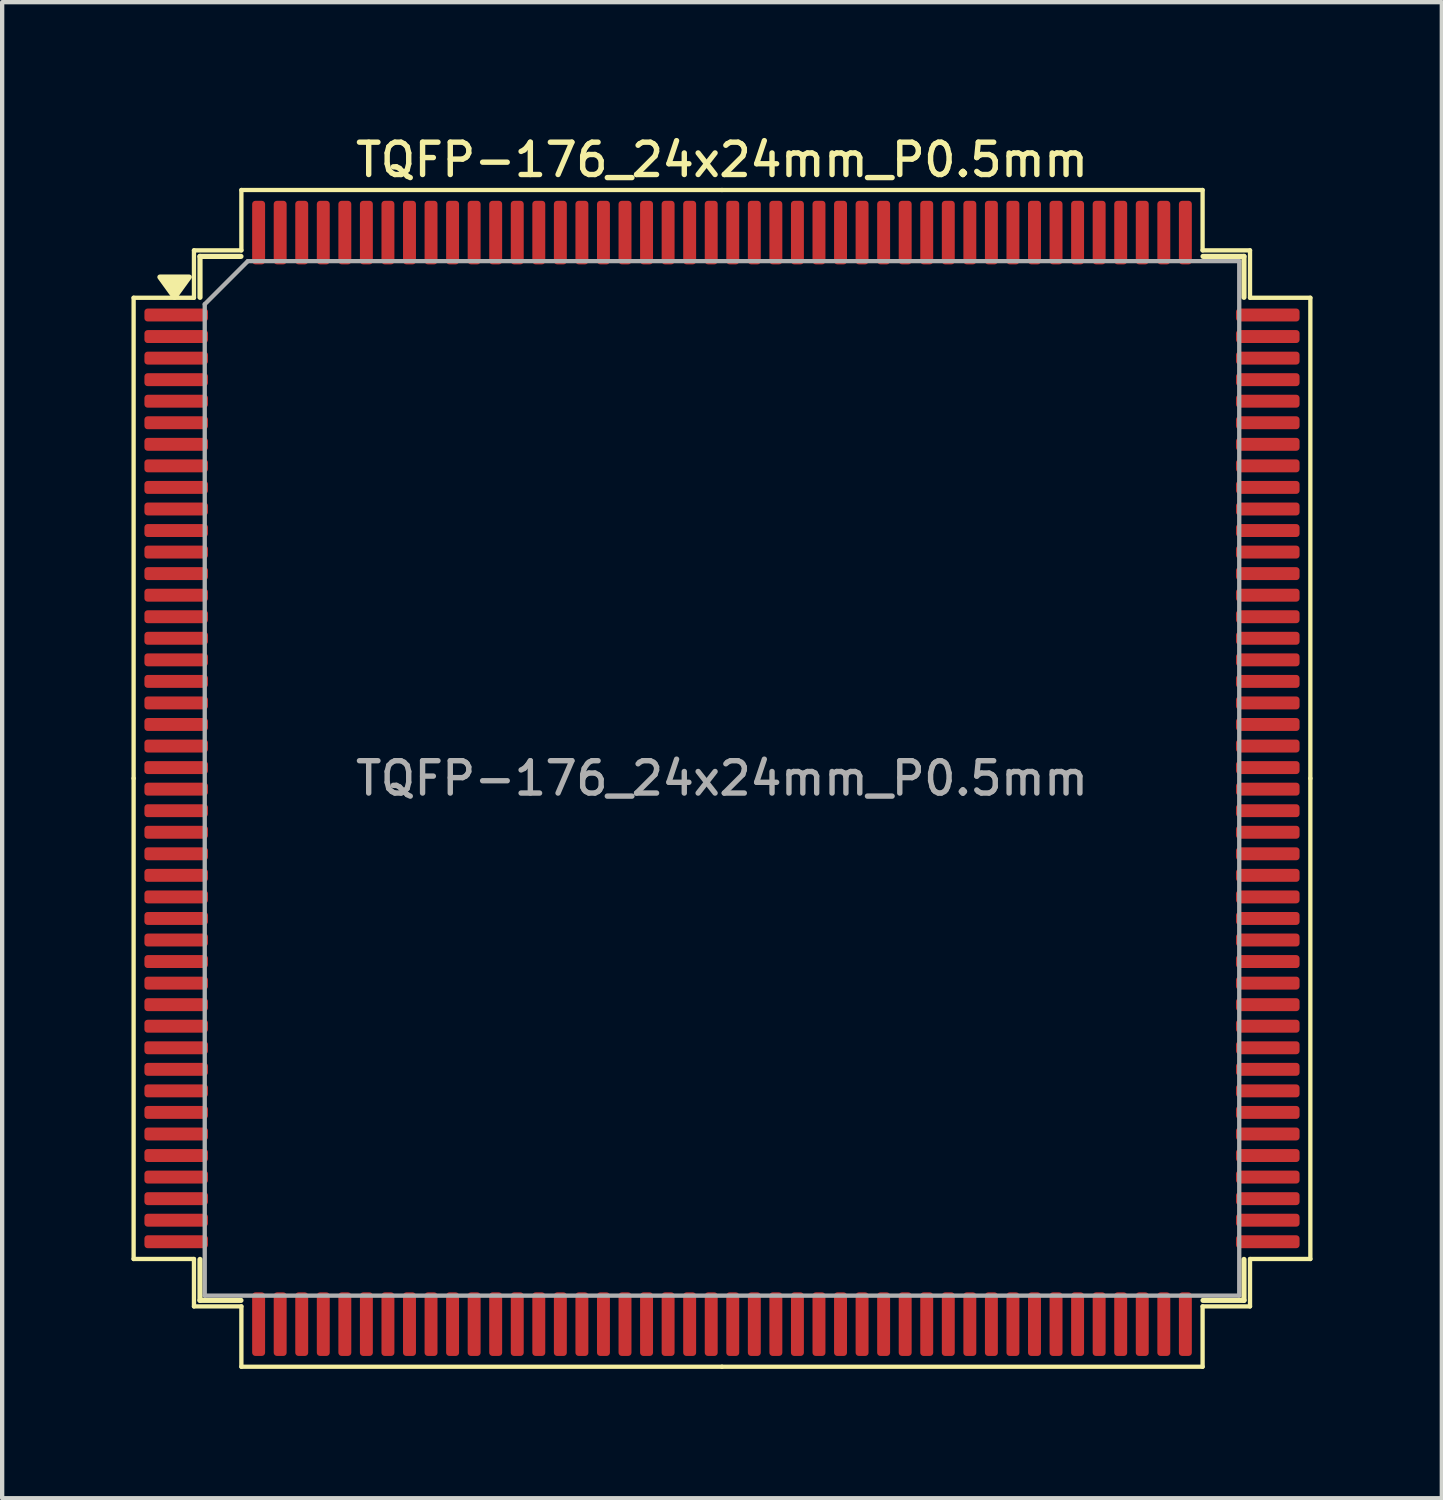
<source format=kicad_pcb>
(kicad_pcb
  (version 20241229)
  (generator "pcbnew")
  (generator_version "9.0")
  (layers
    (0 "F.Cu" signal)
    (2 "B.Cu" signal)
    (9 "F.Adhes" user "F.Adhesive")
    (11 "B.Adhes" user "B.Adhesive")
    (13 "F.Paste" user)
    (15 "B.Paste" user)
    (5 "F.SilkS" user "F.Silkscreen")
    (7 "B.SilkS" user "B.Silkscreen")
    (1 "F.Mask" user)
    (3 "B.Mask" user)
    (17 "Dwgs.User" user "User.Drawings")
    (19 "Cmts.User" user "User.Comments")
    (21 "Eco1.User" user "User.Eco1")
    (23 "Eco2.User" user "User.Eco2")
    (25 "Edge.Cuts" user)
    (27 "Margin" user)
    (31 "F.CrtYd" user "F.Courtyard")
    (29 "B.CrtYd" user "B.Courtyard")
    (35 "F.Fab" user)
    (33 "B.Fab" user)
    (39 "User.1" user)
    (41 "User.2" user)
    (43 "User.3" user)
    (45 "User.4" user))
  (footprint "TQFP-176_24x24mm_P0.5mm"
    (layer "F.Cu")
    (at 13.7 15.008)
    (property "Reference" "TQFP-176_24x24mm_P0.5mm" (at 0 -14.35 0) (layer "F.SilkS") (effects (font (size 0.75 0.75) (thickness 0.125))))
    (attr smd)
    (fp_line (start -13.65 -11.15) (end -13.65 0) (stroke (width 0.1) (type solid)) (layer "F.SilkS"))
    (fp_line (start -13.65 11.15) (end -13.65 0) (stroke (width 0.1) (type solid)) (layer "F.SilkS"))
    (fp_line (start -12.25 -12.25) (end -12.25 -11.15) (stroke (width 0.1) (type solid)) (layer "F.SilkS"))
    (fp_line (start -12.25 -11.15) (end -13.65 -11.15) (stroke (width 0.1) (type solid)) (layer "F.SilkS"))
    (fp_line (start -12.25 11.15) (end -13.65 11.15) (stroke (width 0.1) (type solid)) (layer "F.SilkS"))
    (fp_line (start -12.25 12.25) (end -12.25 11.15) (stroke (width 0.1) (type solid)) (layer "F.SilkS"))
    (fp_line (start -12.11 -12.11) (end -12.11 -11.16) (stroke (width 0.12) (type solid)) (layer "F.SilkS"))
    (fp_line (start -12.11 12.11) (end -12.11 11.16) (stroke (width 0.12) (type solid)) (layer "F.SilkS"))
    (fp_line (start -11.16 -12.11) (end -12.11 -12.11) (stroke (width 0.12) (type solid)) (layer "F.SilkS"))
    (fp_line (start -11.16 12.11) (end -12.11 12.11) (stroke (width 0.12) (type solid)) (layer "F.SilkS"))
    (fp_line (start -11.15 -13.65) (end -11.15 -12.25) (stroke (width 0.1) (type solid)) (layer "F.SilkS"))
    (fp_line (start -11.15 -12.25) (end -12.25 -12.25) (stroke (width 0.1) (type solid)) (layer "F.SilkS"))
    (fp_line (start -11.15 12.25) (end -12.25 12.25) (stroke (width 0.1) (type solid)) (layer "F.SilkS"))
    (fp_line (start -11.15 13.65) (end -11.15 12.25) (stroke (width 0.1) (type solid)) (layer "F.SilkS"))
    (fp_line (start 0 -13.65) (end -11.15 -13.65) (stroke (width 0.1) (type solid)) (layer "F.SilkS"))
    (fp_line (start 0 -13.65) (end 11.15 -13.65) (stroke (width 0.1) (type solid)) (layer "F.SilkS"))
    (fp_line (start 0 13.65) (end -11.15 13.65) (stroke (width 0.1) (type solid)) (layer "F.SilkS"))
    (fp_line (start 0 13.65) (end 11.15 13.65) (stroke (width 0.1) (type solid)) (layer "F.SilkS"))
    (fp_line (start 11.15 -13.65) (end 11.15 -12.25) (stroke (width 0.1) (type solid)) (layer "F.SilkS"))
    (fp_line (start 11.15 -12.25) (end 12.25 -12.25) (stroke (width 0.1) (type solid)) (layer "F.SilkS"))
    (fp_line (start 11.15 12.25) (end 12.25 12.25) (stroke (width 0.1) (type solid)) (layer "F.SilkS"))
    (fp_line (start 11.15 13.65) (end 11.15 12.25) (stroke (width 0.1) (type solid)) (layer "F.SilkS"))
    (fp_line (start 11.16 -12.11) (end 12.11 -12.11) (stroke (width 0.12) (type solid)) (layer "F.SilkS"))
    (fp_line (start 11.16 12.11) (end 12.11 12.11) (stroke (width 0.12) (type solid)) (layer "F.SilkS"))
    (fp_line (start 12.11 -12.11) (end 12.11 -11.16) (stroke (width 0.12) (type solid)) (layer "F.SilkS"))
    (fp_line (start 12.11 12.11) (end 12.11 11.16) (stroke (width 0.12) (type solid)) (layer "F.SilkS"))
    (fp_line (start 12.25 -12.25) (end 12.25 -11.15) (stroke (width 0.1) (type solid)) (layer "F.SilkS"))
    (fp_line (start 12.25 -11.15) (end 13.65 -11.15) (stroke (width 0.1) (type solid)) (layer "F.SilkS"))
    (fp_line (start 12.25 11.15) (end 13.65 11.15) (stroke (width 0.1) (type solid)) (layer "F.SilkS"))
    (fp_line (start 12.25 12.25) (end 12.25 11.15) (stroke (width 0.1) (type solid)) (layer "F.SilkS"))
    (fp_line (start 13.65 -11.15) (end 13.65 0) (stroke (width 0.1) (type solid)) (layer "F.SilkS"))
    (fp_line (start 13.65 11.15) (end 13.65 0) (stroke (width 0.1) (type solid)) (layer "F.SilkS"))
    (fp_poly (pts (xy -12.7 -11.16) (xy -13.04 -11.63) (xy -12.36 -11.63) (xy -12.7 -11.16)) (stroke (width 0.12) (type solid)) (fill yes) (layer "F.SilkS"))
    (fp_line (start -12 -11) (end -11 -12) (stroke (width 0.1) (type solid)) (layer "F.Fab"))
    (fp_line (start -12 12) (end -12 -11) (stroke (width 0.1) (type solid)) (layer "F.Fab"))
    (fp_line (start -11 -12) (end 12 -12) (stroke (width 0.1) (type solid)) (layer "F.Fab"))
    (fp_line (start 12 -12) (end 12 12) (stroke (width 0.1) (type solid)) (layer "F.Fab"))
    (fp_line (start 12 12) (end -12 12) (stroke (width 0.1) (type solid)) (layer "F.Fab"))
    (fp_text user "${REFERENCE}" (at 0 0 0) (layer "F.Fab") (effects (font (size 0.75 0.75) (thickness 0.125))))
    (pad "1" smd roundrect (at -12.662 -10.75) (size 1.475 0.3) (layers "F.Cu" "F.Mask" "F.Paste") (roundrect_rratio 0.25))
    (pad "2" smd roundrect (at -12.662 -10.25) (size 1.475 0.3) (layers "F.Cu" "F.Mask" "F.Paste") (roundrect_rratio 0.25))
    (pad "3" smd roundrect (at -12.662 -9.75) (size 1.475 0.3) (layers "F.Cu" "F.Mask" "F.Paste") (roundrect_rratio 0.25))
    (pad "4" smd roundrect (at -12.662 -9.25) (size 1.475 0.3) (layers "F.Cu" "F.Mask" "F.Paste") (roundrect_rratio 0.25))
    (pad "5" smd roundrect (at -12.662 -8.75) (size 1.475 0.3) (layers "F.Cu" "F.Mask" "F.Paste") (roundrect_rratio 0.25))
    (pad "6" smd roundrect (at -12.662 -8.25) (size 1.475 0.3) (layers "F.Cu" "F.Mask" "F.Paste") (roundrect_rratio 0.25))
    (pad "7" smd roundrect (at -12.662 -7.75) (size 1.475 0.3) (layers "F.Cu" "F.Mask" "F.Paste") (roundrect_rratio 0.25))
    (pad "8" smd roundrect (at -12.662 -7.25) (size 1.475 0.3) (layers "F.Cu" "F.Mask" "F.Paste") (roundrect_rratio 0.25))
    (pad "9" smd roundrect (at -12.662 -6.75) (size 1.475 0.3) (layers "F.Cu" "F.Mask" "F.Paste") (roundrect_rratio 0.25))
    (pad "10" smd roundrect (at -12.662 -6.25) (size 1.475 0.3) (layers "F.Cu" "F.Mask" "F.Paste") (roundrect_rratio 0.25))
    (pad "11" smd roundrect (at -12.662 -5.75) (size 1.475 0.3) (layers "F.Cu" "F.Mask" "F.Paste") (roundrect_rratio 0.25))
    (pad "12" smd roundrect (at -12.662 -5.25) (size 1.475 0.3) (layers "F.Cu" "F.Mask" "F.Paste") (roundrect_rratio 0.25))
    (pad "13" smd roundrect (at -12.662 -4.75) (size 1.475 0.3) (layers "F.Cu" "F.Mask" "F.Paste") (roundrect_rratio 0.25))
    (pad "14" smd roundrect (at -12.662 -4.25) (size 1.475 0.3) (layers "F.Cu" "F.Mask" "F.Paste") (roundrect_rratio 0.25))
    (pad "15" smd roundrect (at -12.662 -3.75) (size 1.475 0.3) (layers "F.Cu" "F.Mask" "F.Paste") (roundrect_rratio 0.25))
    (pad "16" smd roundrect (at -12.662 -3.25) (size 1.475 0.3) (layers "F.Cu" "F.Mask" "F.Paste") (roundrect_rratio 0.25))
    (pad "17" smd roundrect (at -12.662 -2.75) (size 1.475 0.3) (layers "F.Cu" "F.Mask" "F.Paste") (roundrect_rratio 0.25))
    (pad "18" smd roundrect (at -12.662 -2.25) (size 1.475 0.3) (layers "F.Cu" "F.Mask" "F.Paste") (roundrect_rratio 0.25))
    (pad "19" smd roundrect (at -12.662 -1.75) (size 1.475 0.3) (layers "F.Cu" "F.Mask" "F.Paste") (roundrect_rratio 0.25))
    (pad "20" smd roundrect (at -12.662 -1.25) (size 1.475 0.3) (layers "F.Cu" "F.Mask" "F.Paste") (roundrect_rratio 0.25))
    (pad "21" smd roundrect (at -12.662 -0.75) (size 1.475 0.3) (layers "F.Cu" "F.Mask" "F.Paste") (roundrect_rratio 0.25))
    (pad "22" smd roundrect (at -12.662 -0.25) (size 1.475 0.3) (layers "F.Cu" "F.Mask" "F.Paste") (roundrect_rratio 0.25))
    (pad "23" smd roundrect (at -12.662 0.25) (size 1.475 0.3) (layers "F.Cu" "F.Mask" "F.Paste") (roundrect_rratio 0.25))
    (pad "24" smd roundrect (at -12.662 0.75) (size 1.475 0.3) (layers "F.Cu" "F.Mask" "F.Paste") (roundrect_rratio 0.25))
    (pad "25" smd roundrect (at -12.662 1.25) (size 1.475 0.3) (layers "F.Cu" "F.Mask" "F.Paste") (roundrect_rratio 0.25))
    (pad "26" smd roundrect (at -12.662 1.75) (size 1.475 0.3) (layers "F.Cu" "F.Mask" "F.Paste") (roundrect_rratio 0.25))
    (pad "27" smd roundrect (at -12.662 2.25) (size 1.475 0.3) (layers "F.Cu" "F.Mask" "F.Paste") (roundrect_rratio 0.25))
    (pad "28" smd roundrect (at -12.662 2.75) (size 1.475 0.3) (layers "F.Cu" "F.Mask" "F.Paste") (roundrect_rratio 0.25))
    (pad "29" smd roundrect (at -12.662 3.25) (size 1.475 0.3) (layers "F.Cu" "F.Mask" "F.Paste") (roundrect_rratio 0.25))
    (pad "30" smd roundrect (at -12.662 3.75) (size 1.475 0.3) (layers "F.Cu" "F.Mask" "F.Paste") (roundrect_rratio 0.25))
    (pad "31" smd roundrect (at -12.662 4.25) (size 1.475 0.3) (layers "F.Cu" "F.Mask" "F.Paste") (roundrect_rratio 0.25))
    (pad "32" smd roundrect (at -12.662 4.75) (size 1.475 0.3) (layers "F.Cu" "F.Mask" "F.Paste") (roundrect_rratio 0.25))
    (pad "33" smd roundrect (at -12.662 5.25) (size 1.475 0.3) (layers "F.Cu" "F.Mask" "F.Paste") (roundrect_rratio 0.25))
    (pad "34" smd roundrect (at -12.662 5.75) (size 1.475 0.3) (layers "F.Cu" "F.Mask" "F.Paste") (roundrect_rratio 0.25))
    (pad "35" smd roundrect (at -12.662 6.25) (size 1.475 0.3) (layers "F.Cu" "F.Mask" "F.Paste") (roundrect_rratio 0.25))
    (pad "36" smd roundrect (at -12.662 6.75) (size 1.475 0.3) (layers "F.Cu" "F.Mask" "F.Paste") (roundrect_rratio 0.25))
    (pad "37" smd roundrect (at -12.662 7.25) (size 1.475 0.3) (layers "F.Cu" "F.Mask" "F.Paste") (roundrect_rratio 0.25))
    (pad "38" smd roundrect (at -12.662 7.75) (size 1.475 0.3) (layers "F.Cu" "F.Mask" "F.Paste") (roundrect_rratio 0.25))
    (pad "39" smd roundrect (at -12.662 8.25) (size 1.475 0.3) (layers "F.Cu" "F.Mask" "F.Paste") (roundrect_rratio 0.25))
    (pad "40" smd roundrect (at -12.662 8.75) (size 1.475 0.3) (layers "F.Cu" "F.Mask" "F.Paste") (roundrect_rratio 0.25))
    (pad "41" smd roundrect (at -12.662 9.25) (size 1.475 0.3) (layers "F.Cu" "F.Mask" "F.Paste") (roundrect_rratio 0.25))
    (pad "42" smd roundrect (at -12.662 9.75) (size 1.475 0.3) (layers "F.Cu" "F.Mask" "F.Paste") (roundrect_rratio 0.25))
    (pad "43" smd roundrect (at -12.662 10.25) (size 1.475 0.3) (layers "F.Cu" "F.Mask" "F.Paste") (roundrect_rratio 0.25))
    (pad "44" smd roundrect (at -12.662 10.75) (size 1.475 0.3) (layers "F.Cu" "F.Mask" "F.Paste") (roundrect_rratio 0.25))
    (pad "45" smd roundrect (at -10.75 12.662) (size 0.3 1.475) (layers "F.Cu" "F.Mask" "F.Paste") (roundrect_rratio 0.25))
    (pad "46" smd roundrect (at -10.25 12.662) (size 0.3 1.475) (layers "F.Cu" "F.Mask" "F.Paste") (roundrect_rratio 0.25))
    (pad "47" smd roundrect (at -9.75 12.662) (size 0.3 1.475) (layers "F.Cu" "F.Mask" "F.Paste") (roundrect_rratio 0.25))
    (pad "48" smd roundrect (at -9.25 12.662) (size 0.3 1.475) (layers "F.Cu" "F.Mask" "F.Paste") (roundrect_rratio 0.25))
    (pad "49" smd roundrect (at -8.75 12.662) (size 0.3 1.475) (layers "F.Cu" "F.Mask" "F.Paste") (roundrect_rratio 0.25))
    (pad "50" smd roundrect (at -8.25 12.662) (size 0.3 1.475) (layers "F.Cu" "F.Mask" "F.Paste") (roundrect_rratio 0.25))
    (pad "51" smd roundrect (at -7.75 12.662) (size 0.3 1.475) (layers "F.Cu" "F.Mask" "F.Paste") (roundrect_rratio 0.25))
    (pad "52" smd roundrect (at -7.25 12.662) (size 0.3 1.475) (layers "F.Cu" "F.Mask" "F.Paste") (roundrect_rratio 0.25))
    (pad "53" smd roundrect (at -6.75 12.662) (size 0.3 1.475) (layers "F.Cu" "F.Mask" "F.Paste") (roundrect_rratio 0.25))
    (pad "54" smd roundrect (at -6.25 12.662) (size 0.3 1.475) (layers "F.Cu" "F.Mask" "F.Paste") (roundrect_rratio 0.25))
    (pad "55" smd roundrect (at -5.75 12.662) (size 0.3 1.475) (layers "F.Cu" "F.Mask" "F.Paste") (roundrect_rratio 0.25))
    (pad "56" smd roundrect (at -5.25 12.662) (size 0.3 1.475) (layers "F.Cu" "F.Mask" "F.Paste") (roundrect_rratio 0.25))
    (pad "57" smd roundrect (at -4.75 12.662) (size 0.3 1.475) (layers "F.Cu" "F.Mask" "F.Paste") (roundrect_rratio 0.25))
    (pad "58" smd roundrect (at -4.25 12.662) (size 0.3 1.475) (layers "F.Cu" "F.Mask" "F.Paste") (roundrect_rratio 0.25))
    (pad "59" smd roundrect (at -3.75 12.662) (size 0.3 1.475) (layers "F.Cu" "F.Mask" "F.Paste") (roundrect_rratio 0.25))
    (pad "60" smd roundrect (at -3.25 12.662) (size 0.3 1.475) (layers "F.Cu" "F.Mask" "F.Paste") (roundrect_rratio 0.25))
    (pad "61" smd roundrect (at -2.75 12.662) (size 0.3 1.475) (layers "F.Cu" "F.Mask" "F.Paste") (roundrect_rratio 0.25))
    (pad "62" smd roundrect (at -2.25 12.662) (size 0.3 1.475) (layers "F.Cu" "F.Mask" "F.Paste") (roundrect_rratio 0.25))
    (pad "63" smd roundrect (at -1.75 12.662) (size 0.3 1.475) (layers "F.Cu" "F.Mask" "F.Paste") (roundrect_rratio 0.25))
    (pad "64" smd roundrect (at -1.25 12.662) (size 0.3 1.475) (layers "F.Cu" "F.Mask" "F.Paste") (roundrect_rratio 0.25))
    (pad "65" smd roundrect (at -0.75 12.662) (size 0.3 1.475) (layers "F.Cu" "F.Mask" "F.Paste") (roundrect_rratio 0.25))
    (pad "66" smd roundrect (at -0.25 12.662) (size 0.3 1.475) (layers "F.Cu" "F.Mask" "F.Paste") (roundrect_rratio 0.25))
    (pad "67" smd roundrect (at 0.25 12.662) (size 0.3 1.475) (layers "F.Cu" "F.Mask" "F.Paste") (roundrect_rratio 0.25))
    (pad "68" smd roundrect (at 0.75 12.662) (size 0.3 1.475) (layers "F.Cu" "F.Mask" "F.Paste") (roundrect_rratio 0.25))
    (pad "69" smd roundrect (at 1.25 12.662) (size 0.3 1.475) (layers "F.Cu" "F.Mask" "F.Paste") (roundrect_rratio 0.25))
    (pad "70" smd roundrect (at 1.75 12.662) (size 0.3 1.475) (layers "F.Cu" "F.Mask" "F.Paste") (roundrect_rratio 0.25))
    (pad "71" smd roundrect (at 2.25 12.662) (size 0.3 1.475) (layers "F.Cu" "F.Mask" "F.Paste") (roundrect_rratio 0.25))
    (pad "72" smd roundrect (at 2.75 12.662) (size 0.3 1.475) (layers "F.Cu" "F.Mask" "F.Paste") (roundrect_rratio 0.25))
    (pad "73" smd roundrect (at 3.25 12.662) (size 0.3 1.475) (layers "F.Cu" "F.Mask" "F.Paste") (roundrect_rratio 0.25))
    (pad "74" smd roundrect (at 3.75 12.662) (size 0.3 1.475) (layers "F.Cu" "F.Mask" "F.Paste") (roundrect_rratio 0.25))
    (pad "75" smd roundrect (at 4.25 12.662) (size 0.3 1.475) (layers "F.Cu" "F.Mask" "F.Paste") (roundrect_rratio 0.25))
    (pad "76" smd roundrect (at 4.75 12.662) (size 0.3 1.475) (layers "F.Cu" "F.Mask" "F.Paste") (roundrect_rratio 0.25))
    (pad "77" smd roundrect (at 5.25 12.662) (size 0.3 1.475) (layers "F.Cu" "F.Mask" "F.Paste") (roundrect_rratio 0.25))
    (pad "78" smd roundrect (at 5.75 12.662) (size 0.3 1.475) (layers "F.Cu" "F.Mask" "F.Paste") (roundrect_rratio 0.25))
    (pad "79" smd roundrect (at 6.25 12.662) (size 0.3 1.475) (layers "F.Cu" "F.Mask" "F.Paste") (roundrect_rratio 0.25))
    (pad "80" smd roundrect (at 6.75 12.662) (size 0.3 1.475) (layers "F.Cu" "F.Mask" "F.Paste") (roundrect_rratio 0.25))
    (pad "81" smd roundrect (at 7.25 12.662) (size 0.3 1.475) (layers "F.Cu" "F.Mask" "F.Paste") (roundrect_rratio 0.25))
    (pad "82" smd roundrect (at 7.75 12.662) (size 0.3 1.475) (layers "F.Cu" "F.Mask" "F.Paste") (roundrect_rratio 0.25))
    (pad "83" smd roundrect (at 8.25 12.662) (size 0.3 1.475) (layers "F.Cu" "F.Mask" "F.Paste") (roundrect_rratio 0.25))
    (pad "84" smd roundrect (at 8.75 12.662) (size 0.3 1.475) (layers "F.Cu" "F.Mask" "F.Paste") (roundrect_rratio 0.25))
    (pad "85" smd roundrect (at 9.25 12.662) (size 0.3 1.475) (layers "F.Cu" "F.Mask" "F.Paste") (roundrect_rratio 0.25))
    (pad "86" smd roundrect (at 9.75 12.662) (size 0.3 1.475) (layers "F.Cu" "F.Mask" "F.Paste") (roundrect_rratio 0.25))
    (pad "87" smd roundrect (at 10.25 12.662) (size 0.3 1.475) (layers "F.Cu" "F.Mask" "F.Paste") (roundrect_rratio 0.25))
    (pad "88" smd roundrect (at 10.75 12.662) (size 0.3 1.475) (layers "F.Cu" "F.Mask" "F.Paste") (roundrect_rratio 0.25))
    (pad "89" smd roundrect (at 12.662 10.75) (size 1.475 0.3) (layers "F.Cu" "F.Mask" "F.Paste") (roundrect_rratio 0.25))
    (pad "90" smd roundrect (at 12.662 10.25) (size 1.475 0.3) (layers "F.Cu" "F.Mask" "F.Paste") (roundrect_rratio 0.25))
    (pad "91" smd roundrect (at 12.662 9.75) (size 1.475 0.3) (layers "F.Cu" "F.Mask" "F.Paste") (roundrect_rratio 0.25))
    (pad "92" smd roundrect (at 12.662 9.25) (size 1.475 0.3) (layers "F.Cu" "F.Mask" "F.Paste") (roundrect_rratio 0.25))
    (pad "93" smd roundrect (at 12.662 8.75) (size 1.475 0.3) (layers "F.Cu" "F.Mask" "F.Paste") (roundrect_rratio 0.25))
    (pad "94" smd roundrect (at 12.662 8.25) (size 1.475 0.3) (layers "F.Cu" "F.Mask" "F.Paste") (roundrect_rratio 0.25))
    (pad "95" smd roundrect (at 12.662 7.75) (size 1.475 0.3) (layers "F.Cu" "F.Mask" "F.Paste") (roundrect_rratio 0.25))
    (pad "96" smd roundrect (at 12.662 7.25) (size 1.475 0.3) (layers "F.Cu" "F.Mask" "F.Paste") (roundrect_rratio 0.25))
    (pad "97" smd roundrect (at 12.662 6.75) (size 1.475 0.3) (layers "F.Cu" "F.Mask" "F.Paste") (roundrect_rratio 0.25))
    (pad "98" smd roundrect (at 12.662 6.25) (size 1.475 0.3) (layers "F.Cu" "F.Mask" "F.Paste") (roundrect_rratio 0.25))
    (pad "99" smd roundrect (at 12.662 5.75) (size 1.475 0.3) (layers "F.Cu" "F.Mask" "F.Paste") (roundrect_rratio 0.25))
    (pad "100" smd roundrect (at 12.662 5.25) (size 1.475 0.3) (layers "F.Cu" "F.Mask" "F.Paste") (roundrect_rratio 0.25))
    (pad "101" smd roundrect (at 12.662 4.75) (size 1.475 0.3) (layers "F.Cu" "F.Mask" "F.Paste") (roundrect_rratio 0.25))
    (pad "102" smd roundrect (at 12.662 4.25) (size 1.475 0.3) (layers "F.Cu" "F.Mask" "F.Paste") (roundrect_rratio 0.25))
    (pad "103" smd roundrect (at 12.662 3.75) (size 1.475 0.3) (layers "F.Cu" "F.Mask" "F.Paste") (roundrect_rratio 0.25))
    (pad "104" smd roundrect (at 12.662 3.25) (size 1.475 0.3) (layers "F.Cu" "F.Mask" "F.Paste") (roundrect_rratio 0.25))
    (pad "105" smd roundrect (at 12.662 2.75) (size 1.475 0.3) (layers "F.Cu" "F.Mask" "F.Paste") (roundrect_rratio 0.25))
    (pad "106" smd roundrect (at 12.662 2.25) (size 1.475 0.3) (layers "F.Cu" "F.Mask" "F.Paste") (roundrect_rratio 0.25))
    (pad "107" smd roundrect (at 12.662 1.75) (size 1.475 0.3) (layers "F.Cu" "F.Mask" "F.Paste") (roundrect_rratio 0.25))
    (pad "108" smd roundrect (at 12.662 1.25) (size 1.475 0.3) (layers "F.Cu" "F.Mask" "F.Paste") (roundrect_rratio 0.25))
    (pad "109" smd roundrect (at 12.662 0.75) (size 1.475 0.3) (layers "F.Cu" "F.Mask" "F.Paste") (roundrect_rratio 0.25))
    (pad "110" smd roundrect (at 12.662 0.25) (size 1.475 0.3) (layers "F.Cu" "F.Mask" "F.Paste") (roundrect_rratio 0.25))
    (pad "111" smd roundrect (at 12.662 -0.25) (size 1.475 0.3) (layers "F.Cu" "F.Mask" "F.Paste") (roundrect_rratio 0.25))
    (pad "112" smd roundrect (at 12.662 -0.75) (size 1.475 0.3) (layers "F.Cu" "F.Mask" "F.Paste") (roundrect_rratio 0.25))
    (pad "113" smd roundrect (at 12.662 -1.25) (size 1.475 0.3) (layers "F.Cu" "F.Mask" "F.Paste") (roundrect_rratio 0.25))
    (pad "114" smd roundrect (at 12.662 -1.75) (size 1.475 0.3) (layers "F.Cu" "F.Mask" "F.Paste") (roundrect_rratio 0.25))
    (pad "115" smd roundrect (at 12.662 -2.25) (size 1.475 0.3) (layers "F.Cu" "F.Mask" "F.Paste") (roundrect_rratio 0.25))
    (pad "116" smd roundrect (at 12.662 -2.75) (size 1.475 0.3) (layers "F.Cu" "F.Mask" "F.Paste") (roundrect_rratio 0.25))
    (pad "117" smd roundrect (at 12.662 -3.25) (size 1.475 0.3) (layers "F.Cu" "F.Mask" "F.Paste") (roundrect_rratio 0.25))
    (pad "118" smd roundrect (at 12.662 -3.75) (size 1.475 0.3) (layers "F.Cu" "F.Mask" "F.Paste") (roundrect_rratio 0.25))
    (pad "119" smd roundrect (at 12.662 -4.25) (size 1.475 0.3) (layers "F.Cu" "F.Mask" "F.Paste") (roundrect_rratio 0.25))
    (pad "120" smd roundrect (at 12.662 -4.75) (size 1.475 0.3) (layers "F.Cu" "F.Mask" "F.Paste") (roundrect_rratio 0.25))
    (pad "121" smd roundrect (at 12.662 -5.25) (size 1.475 0.3) (layers "F.Cu" "F.Mask" "F.Paste") (roundrect_rratio 0.25))
    (pad "122" smd roundrect (at 12.662 -5.75) (size 1.475 0.3) (layers "F.Cu" "F.Mask" "F.Paste") (roundrect_rratio 0.25))
    (pad "123" smd roundrect (at 12.662 -6.25) (size 1.475 0.3) (layers "F.Cu" "F.Mask" "F.Paste") (roundrect_rratio 0.25))
    (pad "124" smd roundrect (at 12.662 -6.75) (size 1.475 0.3) (layers "F.Cu" "F.Mask" "F.Paste") (roundrect_rratio 0.25))
    (pad "125" smd roundrect (at 12.662 -7.25) (size 1.475 0.3) (layers "F.Cu" "F.Mask" "F.Paste") (roundrect_rratio 0.25))
    (pad "126" smd roundrect (at 12.662 -7.75) (size 1.475 0.3) (layers "F.Cu" "F.Mask" "F.Paste") (roundrect_rratio 0.25))
    (pad "127" smd roundrect (at 12.662 -8.25) (size 1.475 0.3) (layers "F.Cu" "F.Mask" "F.Paste") (roundrect_rratio 0.25))
    (pad "128" smd roundrect (at 12.662 -8.75) (size 1.475 0.3) (layers "F.Cu" "F.Mask" "F.Paste") (roundrect_rratio 0.25))
    (pad "129" smd roundrect (at 12.662 -9.25) (size 1.475 0.3) (layers "F.Cu" "F.Mask" "F.Paste") (roundrect_rratio 0.25))
    (pad "130" smd roundrect (at 12.662 -9.75) (size 1.475 0.3) (layers "F.Cu" "F.Mask" "F.Paste") (roundrect_rratio 0.25))
    (pad "131" smd roundrect (at 12.662 -10.25) (size 1.475 0.3) (layers "F.Cu" "F.Mask" "F.Paste") (roundrect_rratio 0.25))
    (pad "132" smd roundrect (at 12.662 -10.75) (size 1.475 0.3) (layers "F.Cu" "F.Mask" "F.Paste") (roundrect_rratio 0.25))
    (pad "133" smd roundrect (at 10.75 -12.662) (size 0.3 1.475) (layers "F.Cu" "F.Mask" "F.Paste") (roundrect_rratio 0.25))
    (pad "134" smd roundrect (at 10.25 -12.662) (size 0.3 1.475) (layers "F.Cu" "F.Mask" "F.Paste") (roundrect_rratio 0.25))
    (pad "135" smd roundrect (at 9.75 -12.662) (size 0.3 1.475) (layers "F.Cu" "F.Mask" "F.Paste") (roundrect_rratio 0.25))
    (pad "136" smd roundrect (at 9.25 -12.662) (size 0.3 1.475) (layers "F.Cu" "F.Mask" "F.Paste") (roundrect_rratio 0.25))
    (pad "137" smd roundrect (at 8.75 -12.662) (size 0.3 1.475) (layers "F.Cu" "F.Mask" "F.Paste") (roundrect_rratio 0.25))
    (pad "138" smd roundrect (at 8.25 -12.662) (size 0.3 1.475) (layers "F.Cu" "F.Mask" "F.Paste") (roundrect_rratio 0.25))
    (pad "139" smd roundrect (at 7.75 -12.662) (size 0.3 1.475) (layers "F.Cu" "F.Mask" "F.Paste") (roundrect_rratio 0.25))
    (pad "140" smd roundrect (at 7.25 -12.662) (size 0.3 1.475) (layers "F.Cu" "F.Mask" "F.Paste") (roundrect_rratio 0.25))
    (pad "141" smd roundrect (at 6.75 -12.662) (size 0.3 1.475) (layers "F.Cu" "F.Mask" "F.Paste") (roundrect_rratio 0.25))
    (pad "142" smd roundrect (at 6.25 -12.662) (size 0.3 1.475) (layers "F.Cu" "F.Mask" "F.Paste") (roundrect_rratio 0.25))
    (pad "143" smd roundrect (at 5.75 -12.662) (size 0.3 1.475) (layers "F.Cu" "F.Mask" "F.Paste") (roundrect_rratio 0.25))
    (pad "144" smd roundrect (at 5.25 -12.662) (size 0.3 1.475) (layers "F.Cu" "F.Mask" "F.Paste") (roundrect_rratio 0.25))
    (pad "145" smd roundrect (at 4.75 -12.662) (size 0.3 1.475) (layers "F.Cu" "F.Mask" "F.Paste") (roundrect_rratio 0.25))
    (pad "146" smd roundrect (at 4.25 -12.662) (size 0.3 1.475) (layers "F.Cu" "F.Mask" "F.Paste") (roundrect_rratio 0.25))
    (pad "147" smd roundrect (at 3.75 -12.662) (size 0.3 1.475) (layers "F.Cu" "F.Mask" "F.Paste") (roundrect_rratio 0.25))
    (pad "148" smd roundrect (at 3.25 -12.662) (size 0.3 1.475) (layers "F.Cu" "F.Mask" "F.Paste") (roundrect_rratio 0.25))
    (pad "149" smd roundrect (at 2.75 -12.662) (size 0.3 1.475) (layers "F.Cu" "F.Mask" "F.Paste") (roundrect_rratio 0.25))
    (pad "150" smd roundrect (at 2.25 -12.662) (size 0.3 1.475) (layers "F.Cu" "F.Mask" "F.Paste") (roundrect_rratio 0.25))
    (pad "151" smd roundrect (at 1.75 -12.662) (size 0.3 1.475) (layers "F.Cu" "F.Mask" "F.Paste") (roundrect_rratio 0.25))
    (pad "152" smd roundrect (at 1.25 -12.662) (size 0.3 1.475) (layers "F.Cu" "F.Mask" "F.Paste") (roundrect_rratio 0.25))
    (pad "153" smd roundrect (at 0.75 -12.662) (size 0.3 1.475) (layers "F.Cu" "F.Mask" "F.Paste") (roundrect_rratio 0.25))
    (pad "154" smd roundrect (at 0.25 -12.662) (size 0.3 1.475) (layers "F.Cu" "F.Mask" "F.Paste") (roundrect_rratio 0.25))
    (pad "155" smd roundrect (at -0.25 -12.662) (size 0.3 1.475) (layers "F.Cu" "F.Mask" "F.Paste") (roundrect_rratio 0.25))
    (pad "156" smd roundrect (at -0.75 -12.662) (size 0.3 1.475) (layers "F.Cu" "F.Mask" "F.Paste") (roundrect_rratio 0.25))
    (pad "157" smd roundrect (at -1.25 -12.662) (size 0.3 1.475) (layers "F.Cu" "F.Mask" "F.Paste") (roundrect_rratio 0.25))
    (pad "158" smd roundrect (at -1.75 -12.662) (size 0.3 1.475) (layers "F.Cu" "F.Mask" "F.Paste") (roundrect_rratio 0.25))
    (pad "159" smd roundrect (at -2.25 -12.662) (size 0.3 1.475) (layers "F.Cu" "F.Mask" "F.Paste") (roundrect_rratio 0.25))
    (pad "160" smd roundrect (at -2.75 -12.662) (size 0.3 1.475) (layers "F.Cu" "F.Mask" "F.Paste") (roundrect_rratio 0.25))
    (pad "161" smd roundrect (at -3.25 -12.662) (size 0.3 1.475) (layers "F.Cu" "F.Mask" "F.Paste") (roundrect_rratio 0.25))
    (pad "162" smd roundrect (at -3.75 -12.662) (size 0.3 1.475) (layers "F.Cu" "F.Mask" "F.Paste") (roundrect_rratio 0.25))
    (pad "163" smd roundrect (at -4.25 -12.662) (size 0.3 1.475) (layers "F.Cu" "F.Mask" "F.Paste") (roundrect_rratio 0.25))
    (pad "164" smd roundrect (at -4.75 -12.662) (size 0.3 1.475) (layers "F.Cu" "F.Mask" "F.Paste") (roundrect_rratio 0.25))
    (pad "165" smd roundrect (at -5.25 -12.662) (size 0.3 1.475) (layers "F.Cu" "F.Mask" "F.Paste") (roundrect_rratio 0.25))
    (pad "166" smd roundrect (at -5.75 -12.662) (size 0.3 1.475) (layers "F.Cu" "F.Mask" "F.Paste") (roundrect_rratio 0.25))
    (pad "167" smd roundrect (at -6.25 -12.662) (size 0.3 1.475) (layers "F.Cu" "F.Mask" "F.Paste") (roundrect_rratio 0.25))
    (pad "168" smd roundrect (at -6.75 -12.662) (size 0.3 1.475) (layers "F.Cu" "F.Mask" "F.Paste") (roundrect_rratio 0.25))
    (pad "169" smd roundrect (at -7.25 -12.662) (size 0.3 1.475) (layers "F.Cu" "F.Mask" "F.Paste") (roundrect_rratio 0.25))
    (pad "170" smd roundrect (at -7.75 -12.662) (size 0.3 1.475) (layers "F.Cu" "F.Mask" "F.Paste") (roundrect_rratio 0.25))
    (pad "171" smd roundrect (at -8.25 -12.662) (size 0.3 1.475) (layers "F.Cu" "F.Mask" "F.Paste") (roundrect_rratio 0.25))
    (pad "172" smd roundrect (at -8.75 -12.662) (size 0.3 1.475) (layers "F.Cu" "F.Mask" "F.Paste") (roundrect_rratio 0.25))
    (pad "173" smd roundrect (at -9.25 -12.662) (size 0.3 1.475) (layers "F.Cu" "F.Mask" "F.Paste") (roundrect_rratio 0.25))
    (pad "174" smd roundrect (at -9.75 -12.662) (size 0.3 1.475) (layers "F.Cu" "F.Mask" "F.Paste") (roundrect_rratio 0.25))
    (pad "175" smd roundrect (at -10.25 -12.662) (size 0.3 1.475) (layers "F.Cu" "F.Mask" "F.Paste") (roundrect_rratio 0.25))
    (pad "176" smd roundrect (at -10.75 -12.662) (size 0.3 1.475) (layers "F.Cu" "F.Mask" "F.Paste") (roundrect_rratio 0.25)))
  (gr_rect
    (start -3 -3)
    (end 30.4 31.708)
    (stroke (width 0.1) (type default))
    (fill no)
    (layer "Edge.Cuts")))
</source>
